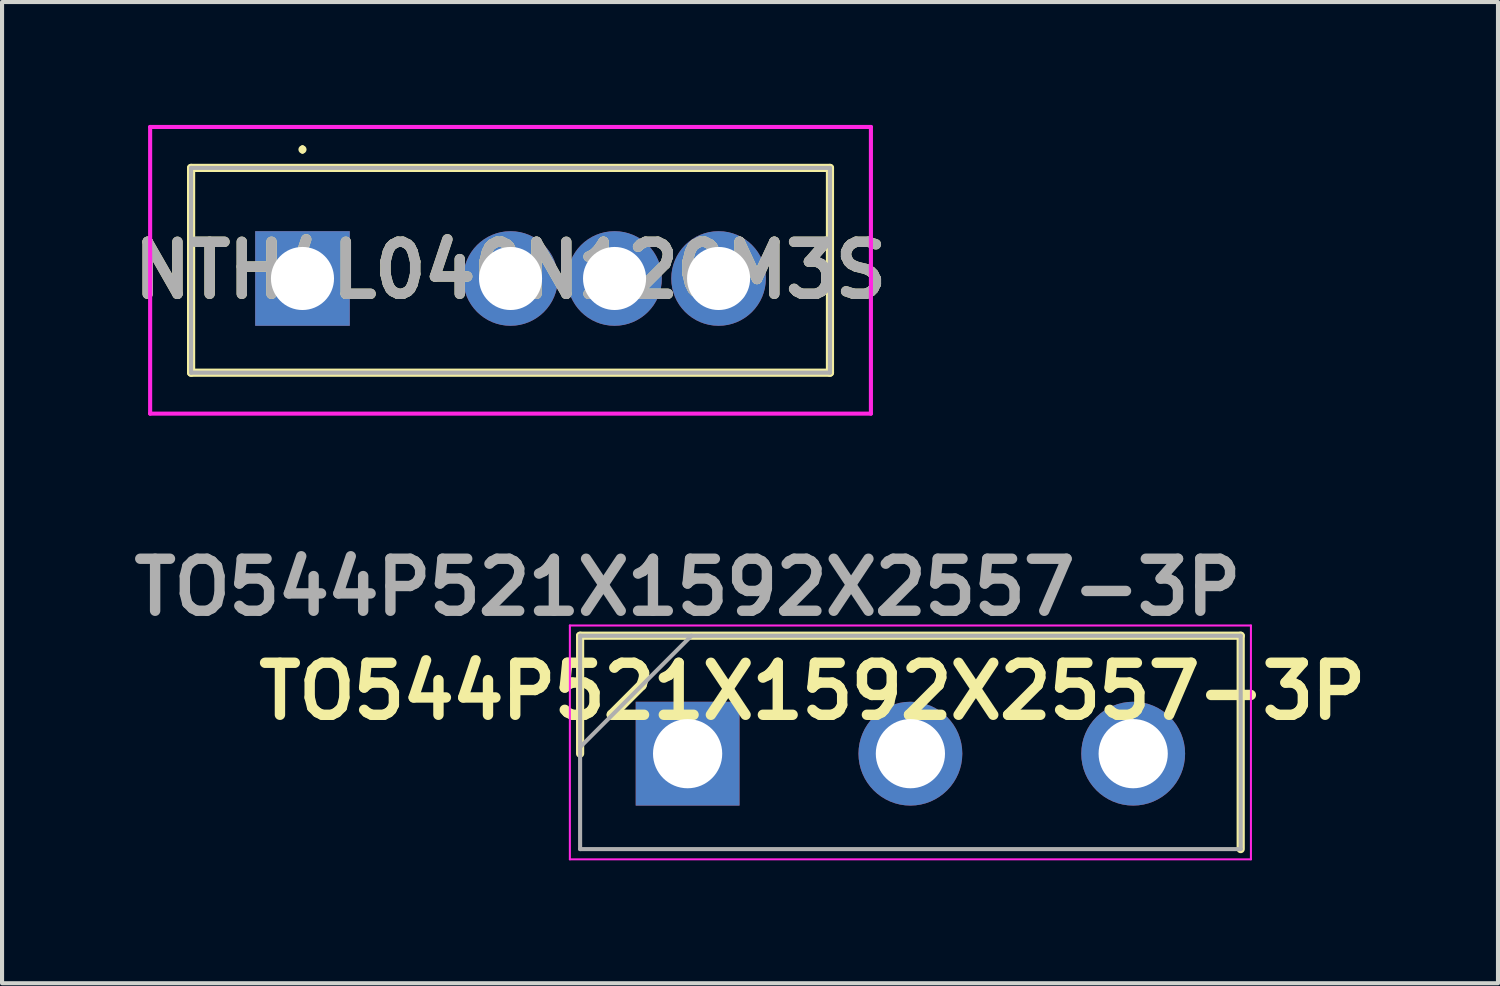
<source format=kicad_pcb>
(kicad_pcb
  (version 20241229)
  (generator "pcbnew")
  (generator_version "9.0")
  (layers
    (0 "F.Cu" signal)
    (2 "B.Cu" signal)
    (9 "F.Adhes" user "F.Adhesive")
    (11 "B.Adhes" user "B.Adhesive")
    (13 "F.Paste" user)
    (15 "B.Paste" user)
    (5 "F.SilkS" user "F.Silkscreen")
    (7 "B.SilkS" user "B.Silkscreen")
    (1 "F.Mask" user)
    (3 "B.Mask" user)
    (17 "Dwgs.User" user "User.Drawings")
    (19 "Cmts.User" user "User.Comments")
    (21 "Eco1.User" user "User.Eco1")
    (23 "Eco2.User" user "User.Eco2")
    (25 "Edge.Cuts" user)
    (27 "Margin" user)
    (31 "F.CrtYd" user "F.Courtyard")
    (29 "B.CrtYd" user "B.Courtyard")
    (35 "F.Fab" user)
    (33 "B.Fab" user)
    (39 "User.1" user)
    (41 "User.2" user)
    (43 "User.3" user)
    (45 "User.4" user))
  (footprint "NTH4L040N120M3S"
    (layer "F.Cu")
    (at 4.336 3.75)
    (property "Reference" "NTH4L040N120M3S" (at 5.08 -0.2 0) (layer "F.SilkS") (effects (font (size 1.27 1.27) (thickness 0.254))))
    (attr through_hole)
    (fp_line (start -2.72 -2.7) (end 12.88 -2.7) (stroke (width 0.2) (type solid)) (layer "F.SilkS"))
    (fp_line (start -2.72 2.3) (end -2.72 -2.7) (stroke (width 0.2) (type solid)) (layer "F.SilkS"))
    (fp_line (start 0 -3.2) (end 0 -3.2) (stroke (width 0.1) (type solid)) (layer "F.SilkS"))
    (fp_line (start 0 -3.1) (end 0 -3.1) (stroke (width 0.1) (type solid)) (layer "F.SilkS"))
    (fp_line (start 12.88 -2.7) (end 12.88 2.3) (stroke (width 0.2) (type solid)) (layer "F.SilkS"))
    (fp_line (start 12.88 2.3) (end -2.72 2.3) (stroke (width 0.2) (type solid)) (layer "F.SilkS"))
    (fp_arc (start 0 -3.2) (mid 0.05 -3.15) (end 0 -3.1) (stroke (width 0.1) (type solid)) (layer "F.SilkS"))
    (fp_arc (start 0 -3.1) (mid -0.05 -3.15) (end 0 -3.2) (stroke (width 0.1) (type solid)) (layer "F.SilkS"))
    (fp_line (start -3.72 -3.7) (end 13.88 -3.7) (stroke (width 0.1) (type solid)) (layer "F.CrtYd"))
    (fp_line (start -3.72 3.3) (end -3.72 -3.7) (stroke (width 0.1) (type solid)) (layer "F.CrtYd"))
    (fp_line (start 13.88 -3.7) (end 13.88 3.3) (stroke (width 0.1) (type solid)) (layer "F.CrtYd"))
    (fp_line (start 13.88 3.3) (end -3.72 3.3) (stroke (width 0.1) (type solid)) (layer "F.CrtYd"))
    (fp_line (start -2.72 -2.7) (end 12.88 -2.7) (stroke (width 0.1) (type solid)) (layer "F.Fab"))
    (fp_line (start -2.72 2.3) (end -2.72 -2.7) (stroke (width 0.1) (type solid)) (layer "F.Fab"))
    (fp_line (start 12.88 -2.7) (end 12.88 2.3) (stroke (width 0.1) (type solid)) (layer "F.Fab"))
    (fp_line (start 12.88 2.3) (end -2.72 2.3) (stroke (width 0.1) (type solid)) (layer "F.Fab"))
    (fp_text user "${REFERENCE}" (at 5.08 -0.2 0) (layer "F.Fab") (effects (font (size 1.27 1.27) (thickness 0.254))))
    (pad "1" thru_hole rect (at 0 0) (size 2.31 2.31) (drill 1.54) (layers "*.Cu" "*.Mask"))
    (pad "2" thru_hole circle (at 5.08 0) (size 2.31 2.31) (drill 1.54) (layers "*.Cu" "*.Mask"))
    (pad "3" thru_hole circle (at 7.62 0) (size 2.31 2.31) (drill 1.54) (layers "*.Cu" "*.Mask"))
    (pad "4" thru_hole circle (at 10.16 0) (size 2.31 2.31) (drill 1.54) (layers "*.Cu" "*.Mask")))
  (footprint "TO544P521X1592X2557-3P"
    (layer "F.Cu")
    (at 13.74 15.353)
    (property "Reference" "TO544P521X1592X2557-3P" (at 3.048 -1.524 0) (layer "F.SilkS") (effects (font (size 1.27 1.27) (thickness 0.254))))
    (attr through_hole)
    (fp_line (start -2.625 -2.88) (end -2.625 0) (stroke (width 0.2) (type solid)) (layer "F.SilkS"))
    (fp_line (start 13.505 -2.88) (end -2.625 -2.88) (stroke (width 0.2) (type solid)) (layer "F.SilkS"))
    (fp_line (start 13.505 2.33) (end 13.505 -2.88) (stroke (width 0.2) (type solid)) (layer "F.SilkS"))
    (fp_line (start -2.875 -3.13) (end 13.755 -3.13) (stroke (width 0.05) (type solid)) (layer "F.CrtYd"))
    (fp_line (start -2.875 2.58) (end -2.875 -3.13) (stroke (width 0.05) (type solid)) (layer "F.CrtYd"))
    (fp_line (start 13.755 -3.13) (end 13.755 2.58) (stroke (width 0.05) (type solid)) (layer "F.CrtYd"))
    (fp_line (start 13.755 2.58) (end -2.875 2.58) (stroke (width 0.05) (type solid)) (layer "F.CrtYd"))
    (fp_line (start -2.625 -2.88) (end 13.505 -2.88) (stroke (width 0.1) (type solid)) (layer "F.Fab"))
    (fp_line (start -2.625 -0.16) (end 0.095 -2.88) (stroke (width 0.1) (type solid)) (layer "F.Fab"))
    (fp_line (start -2.625 2.33) (end -2.625 -2.88) (stroke (width 0.1) (type solid)) (layer "F.Fab"))
    (fp_line (start 13.505 -2.88) (end 13.505 2.33) (stroke (width 0.1) (type solid)) (layer "F.Fab"))
    (fp_line (start 13.505 2.33) (end -2.625 2.33) (stroke (width 0.1) (type solid)) (layer "F.Fab"))
    (fp_text user "${REFERENCE}" (at 0 -4.064 0) (layer "F.Fab") (effects (font (size 1.27 1.27) (thickness 0.254))))
    (pad "1" thru_hole rect (at 0 0) (size 2.535 2.535) (drill 1.69) (layers "*.Cu" "*.Mask"))
    (pad "2" thru_hole circle (at 5.44 0) (size 2.535 2.535) (drill 1.69) (layers "*.Cu" "*.Mask"))
    (pad "3" thru_hole circle (at 10.88 0) (size 2.535 2.535) (drill 1.69) (layers "*.Cu" "*.Mask")))
  (gr_rect
    (start -3 -3)
    (end 33.528 20.958)
    (stroke (width 0.1) (type default))
    (fill no)
    (layer "Edge.Cuts")))
</source>
